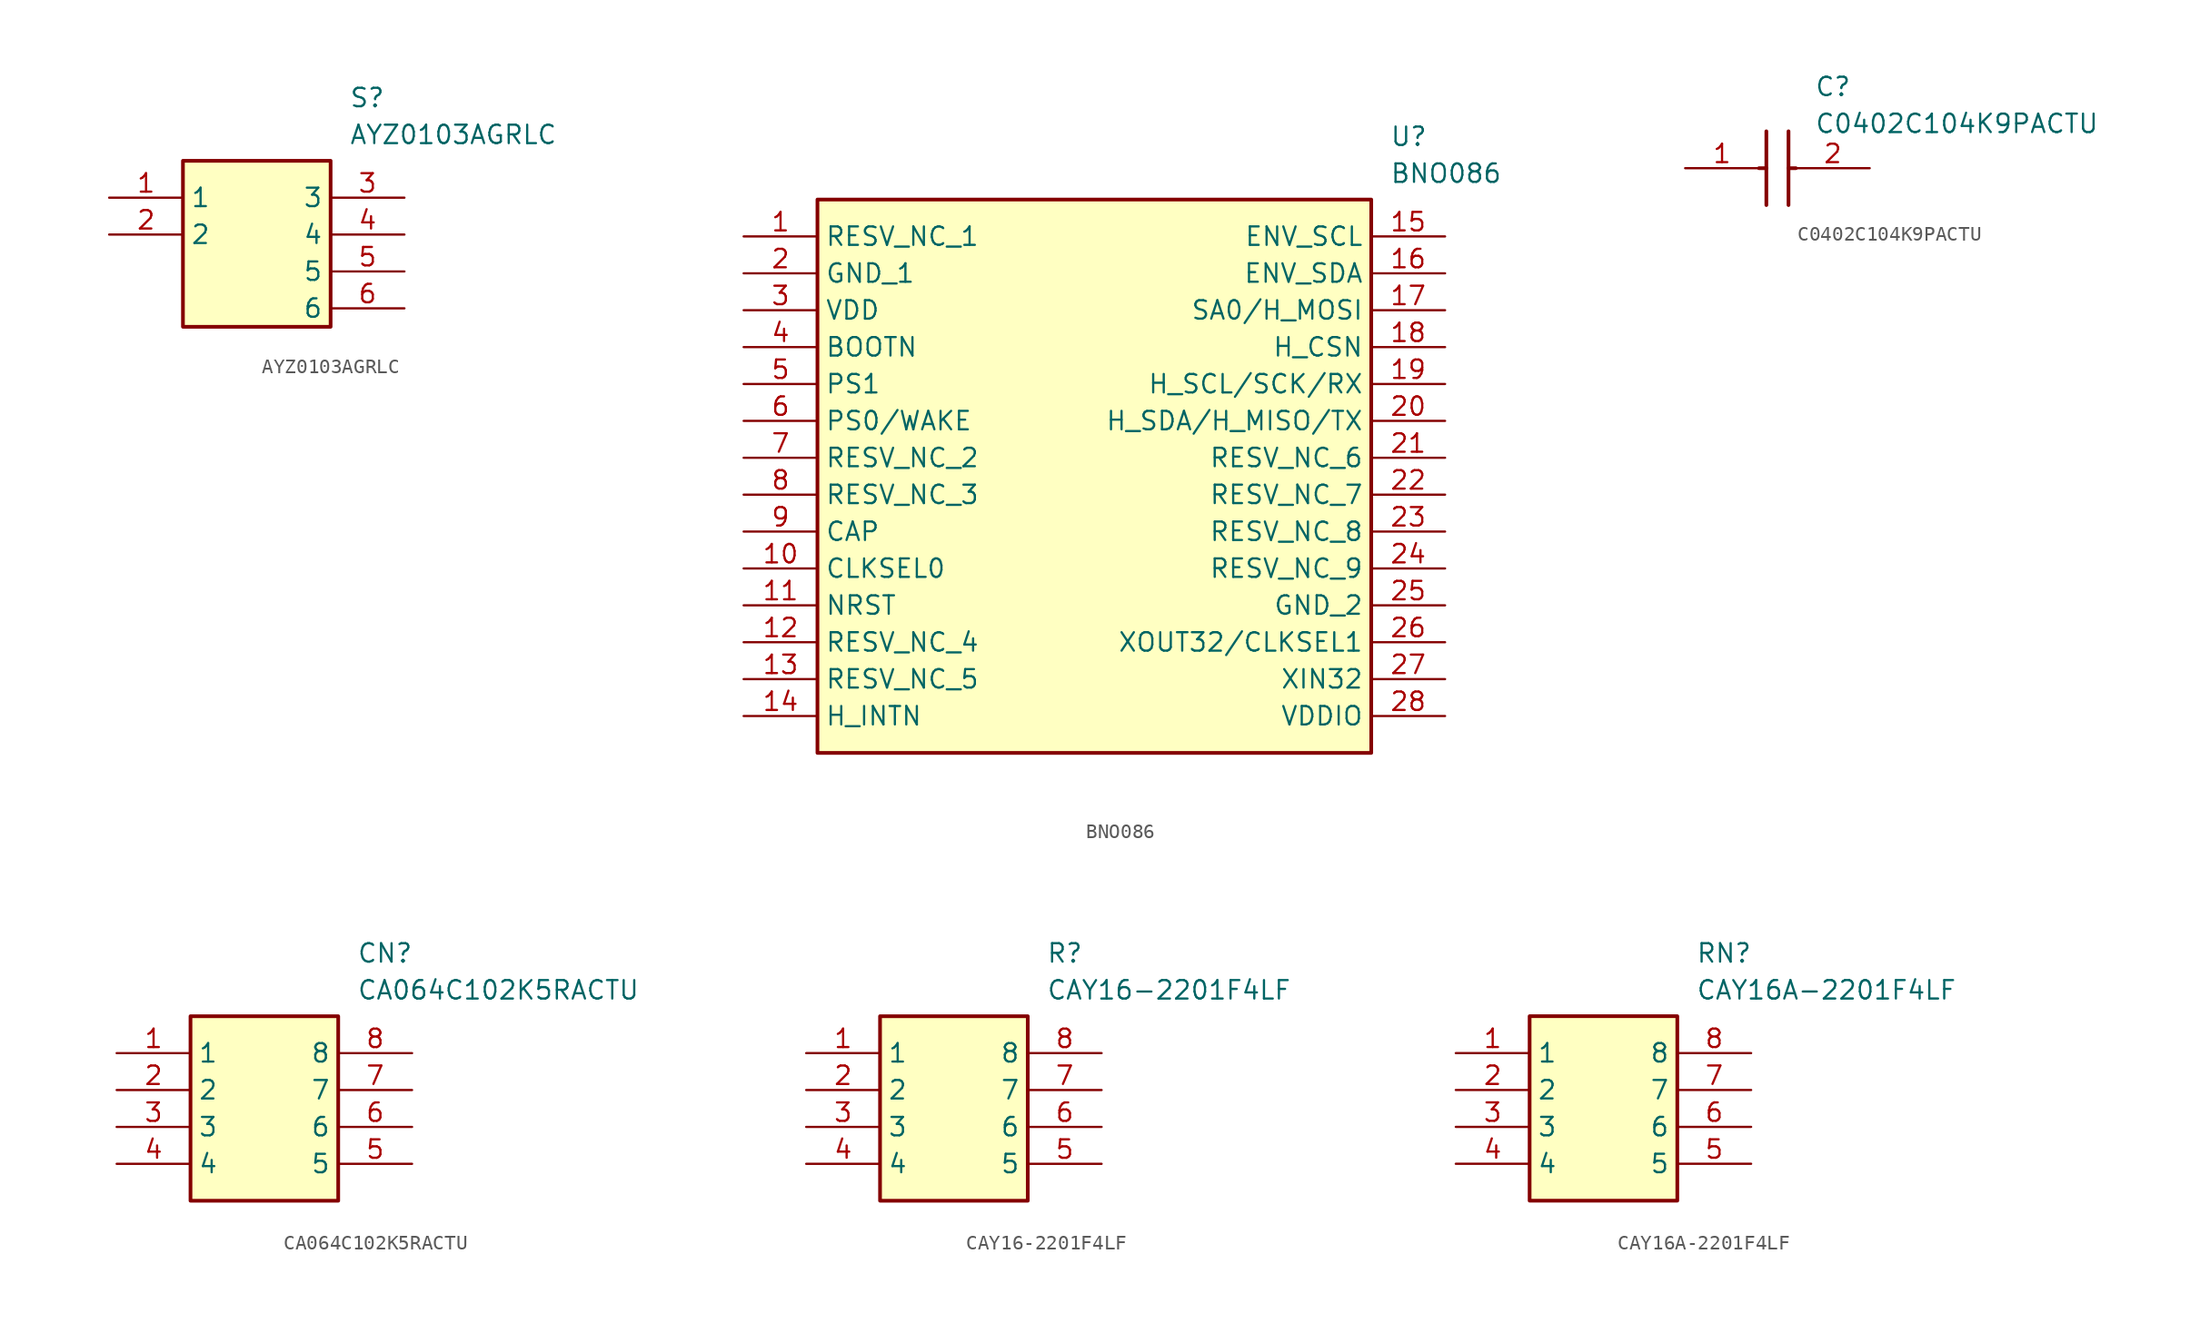
<source format=kicad_sym>
(kicad_symbol_lib
  (version 20220914)
  (generator kicad_symbol_editor)
  (symbol "AYZ0103AGRLC"
    (property "Reference" "S"
      (at 16.51 7.62 0)
      (effects (font (size 1.27 1.27)) (justify left top)))
    (property "Value" "AYZ0103AGRLC"
      (at 16.51 5.08 0)
      (effects (font (size 1.27 1.27)) (justify left top)))
    (symbol "AYZ0103AGRLC_1_1"
      (rectangle (start 5.08 2.54) (end 15.24 -8.89) (stroke (width 0.254) (type default)) (fill (type background)))
      (pin passive line (at 0 0 0) (length 5.08) (name "1" (effects (font (size 1.27 1.27)))) (number "1" (effects (font (size 1.27 1.27)))))
      (pin passive line (at 0 -2.54 0) (length 5.08) (name "2" (effects (font (size 1.27 1.27)))) (number "2" (effects (font (size 1.27 1.27)))))
      (pin passive line (at 20.32 0 180) (length 5.08) (name "3" (effects (font (size 1.27 1.27)))) (number "3" (effects (font (size 1.27 1.27)))))
      (pin passive line (at 20.32 -2.54 180) (length 5.08) (name "4" (effects (font (size 1.27 1.27)))) (number "4" (effects (font (size 1.27 1.27)))))
      (pin passive line (at 20.32 -5.08 180) (length 5.08) (name "5" (effects (font (size 1.27 1.27)))) (number "5" (effects (font (size 1.27 1.27)))))
      (pin passive line (at 20.32 -7.62 180) (length 5.08) (name "6" (effects (font (size 1.27 1.27)))) (number "6" (effects (font (size 1.27 1.27)))))))
  (symbol "BNO086"
    (property "Reference" "U"
      (at 44.45 7.62 0)
      (effects (font (size 1.27 1.27)) (justify left top)))
    (property "Value" "BNO086"
      (at 44.45 5.08 0)
      (effects (font (size 1.27 1.27)) (justify left top)))
    (symbol "BNO086_1_1"
      (rectangle (start 5.08 2.54) (end 43.18 -35.56) (stroke (width 0.254) (type default)) (fill (type background)))
      (pin passive line (at 0 0 0) (length 5.08) (name "RESV_NC_1" (effects (font (size 1.27 1.27)))) (number "1" (effects (font (size 1.27 1.27)))))
      (pin passive line (at 0 -22.86 0) (length 5.08) (name "CLKSEL0" (effects (font (size 1.27 1.27)))) (number "10" (effects (font (size 1.27 1.27)))))
      (pin passive line (at 0 -25.4 0) (length 5.08) (name "NRST" (effects (font (size 1.27 1.27)))) (number "11" (effects (font (size 1.27 1.27)))))
      (pin passive line (at 0 -27.94 0) (length 5.08) (name "RESV_NC_4" (effects (font (size 1.27 1.27)))) (number "12" (effects (font (size 1.27 1.27)))))
      (pin passive line (at 0 -30.48 0) (length 5.08) (name "RESV_NC_5" (effects (font (size 1.27 1.27)))) (number "13" (effects (font (size 1.27 1.27)))))
      (pin passive line (at 0 -33.02 0) (length 5.08) (name "H_INTN" (effects (font (size 1.27 1.27)))) (number "14" (effects (font (size 1.27 1.27)))))
      (pin passive line (at 48.26 0 180) (length 5.08) (name "ENV_SCL" (effects (font (size 1.27 1.27)))) (number "15" (effects (font (size 1.27 1.27)))))
      (pin passive line (at 48.26 -2.54 180) (length 5.08) (name "ENV_SDA" (effects (font (size 1.27 1.27)))) (number "16" (effects (font (size 1.27 1.27)))))
      (pin passive line (at 48.26 -5.08 180) (length 5.08) (name "SA0/H_MOSI" (effects (font (size 1.27 1.27)))) (number "17" (effects (font (size 1.27 1.27)))))
      (pin passive line (at 48.26 -7.62 180) (length 5.08) (name "H_CSN" (effects (font (size 1.27 1.27)))) (number "18" (effects (font (size 1.27 1.27)))))
      (pin passive line (at 48.26 -10.16 180) (length 5.08) (name "H_SCL/SCK/RX" (effects (font (size 1.27 1.27)))) (number "19" (effects (font (size 1.27 1.27)))))
      (pin passive line (at 0 -2.54 0) (length 5.08) (name "GND_1" (effects (font (size 1.27 1.27)))) (number "2" (effects (font (size 1.27 1.27)))))
      (pin passive line (at 48.26 -12.7 180) (length 5.08) (name "H_SDA/H_MISO/TX" (effects (font (size 1.27 1.27)))) (number "20" (effects (font (size 1.27 1.27)))))
      (pin passive line (at 48.26 -15.24 180) (length 5.08) (name "RESV_NC_6" (effects (font (size 1.27 1.27)))) (number "21" (effects (font (size 1.27 1.27)))))
      (pin passive line (at 48.26 -17.78 180) (length 5.08) (name "RESV_NC_7" (effects (font (size 1.27 1.27)))) (number "22" (effects (font (size 1.27 1.27)))))
      (pin passive line (at 48.26 -20.32 180) (length 5.08) (name "RESV_NC_8" (effects (font (size 1.27 1.27)))) (number "23" (effects (font (size 1.27 1.27)))))
      (pin passive line (at 48.26 -22.86 180) (length 5.08) (name "RESV_NC_9" (effects (font (size 1.27 1.27)))) (number "24" (effects (font (size 1.27 1.27)))))
      (pin passive line (at 48.26 -25.4 180) (length 5.08) (name "GND_2" (effects (font (size 1.27 1.27)))) (number "25" (effects (font (size 1.27 1.27)))))
      (pin passive line (at 48.26 -27.94 180) (length 5.08) (name "XOUT32/CLKSEL1" (effects (font (size 1.27 1.27)))) (number "26" (effects (font (size 1.27 1.27)))))
      (pin passive line (at 48.26 -30.48 180) (length 5.08) (name "XIN32" (effects (font (size 1.27 1.27)))) (number "27" (effects (font (size 1.27 1.27)))))
      (pin passive line (at 48.26 -33.02 180) (length 5.08) (name "VDDIO" (effects (font (size 1.27 1.27)))) (number "28" (effects (font (size 1.27 1.27)))))
      (pin passive line (at 0 -5.08 0) (length 5.08) (name "VDD" (effects (font (size 1.27 1.27)))) (number "3" (effects (font (size 1.27 1.27)))))
      (pin passive line (at 0 -7.62 0) (length 5.08) (name "BOOTN" (effects (font (size 1.27 1.27)))) (number "4" (effects (font (size 1.27 1.27)))))
      (pin passive line (at 0 -10.16 0) (length 5.08) (name "PS1" (effects (font (size 1.27 1.27)))) (number "5" (effects (font (size 1.27 1.27)))))
      (pin passive line (at 0 -12.7 0) (length 5.08) (name "PS0/WAKE" (effects (font (size 1.27 1.27)))) (number "6" (effects (font (size 1.27 1.27)))))
      (pin passive line (at 0 -15.24 0) (length 5.08) (name "RESV_NC_2" (effects (font (size 1.27 1.27)))) (number "7" (effects (font (size 1.27 1.27)))))
      (pin passive line (at 0 -17.78 0) (length 5.08) (name "RESV_NC_3" (effects (font (size 1.27 1.27)))) (number "8" (effects (font (size 1.27 1.27)))))
      (pin passive line (at 0 -20.32 0) (length 5.08) (name "CAP" (effects (font (size 1.27 1.27)))) (number "9" (effects (font (size 1.27 1.27)))))))
  (symbol "C0402C104K9PACTU"
    (pin_names hide)
    (property "Reference" "C"
      (at 8.89 6.35 0)
      (effects (font (size 1.27 1.27)) (justify left top)))
    (property "Value" "C0402C104K9PACTU"
      (at 8.89 3.81 0)
      (effects (font (size 1.27 1.27)) (justify left top)))
    (polyline
      (pts (xy 5.588 2.54) (xy 5.588 -2.54))
      (stroke (width 0.254) (type default))
      (fill (type none)))
    (polyline
      (pts (xy 7.112 2.54) (xy 7.112 -2.54))
      (stroke (width 0.254) (type default))
      (fill (type none)))
    (polyline
      (pts (xy 5.08 0) (xy 5.588 0))
      (stroke (width 0.254) (type default))
      (fill (type none)))
    (polyline
      (pts (xy 7.112 0) (xy 7.62 0))
      (stroke (width 0.254) (type default))
      (fill (type none)))
    (pin passive line
      (at 0 0 0)
      (length 5.08)
      (name "1" (effects (font (size 1.27 1.27))))
      (number "1" (effects (font (size 1.27 1.27)))))
    (pin passive line
      (at 12.7 0 180)
      (length 5.08)
      (name "2" (effects (font (size 1.27 1.27))))
      (number "2" (effects (font (size 1.27 1.27))))))
  (symbol "CA064C102K5RACTU"
    (property "Reference" "CN"
      (at 16.51 7.62 0)
      (effects (font (size 1.27 1.27)) (justify left top)))
    (property "Value" "CA064C102K5RACTU"
      (at 16.51 5.08 0)
      (effects (font (size 1.27 1.27)) (justify left top)))
    (symbol "CA064C102K5RACTU_1_1"
      (rectangle (start 5.08 2.54) (end 15.24 -10.16) (stroke (width 0.254) (type default)) (fill (type background)))
      (pin passive line (at 0 0 0) (length 5.08) (name "1" (effects (font (size 1.27 1.27)))) (number "1" (effects (font (size 1.27 1.27)))))
      (pin passive line (at 0 -2.54 0) (length 5.08) (name "2" (effects (font (size 1.27 1.27)))) (number "2" (effects (font (size 1.27 1.27)))))
      (pin passive line (at 0 -5.08 0) (length 5.08) (name "3" (effects (font (size 1.27 1.27)))) (number "3" (effects (font (size 1.27 1.27)))))
      (pin passive line (at 0 -7.62 0) (length 5.08) (name "4" (effects (font (size 1.27 1.27)))) (number "4" (effects (font (size 1.27 1.27)))))
      (pin passive line (at 20.32 -7.62 180) (length 5.08) (name "5" (effects (font (size 1.27 1.27)))) (number "5" (effects (font (size 1.27 1.27)))))
      (pin passive line (at 20.32 -5.08 180) (length 5.08) (name "6" (effects (font (size 1.27 1.27)))) (number "6" (effects (font (size 1.27 1.27)))))
      (pin passive line (at 20.32 -2.54 180) (length 5.08) (name "7" (effects (font (size 1.27 1.27)))) (number "7" (effects (font (size 1.27 1.27)))))
      (pin passive line (at 20.32 0 180) (length 5.08) (name "8" (effects (font (size 1.27 1.27)))) (number "8" (effects (font (size 1.27 1.27)))))))
  (symbol "CAY16-2201F4LF"
    (property "Reference" "R"
      (at 16.51 7.62 0)
      (effects (font (size 1.27 1.27)) (justify left top)))
    (property "Value" "CAY16-2201F4LF"
      (at 16.51 5.08 0)
      (effects (font (size 1.27 1.27)) (justify left top)))
    (symbol "CAY16-2201F4LF_1_1"
      (rectangle (start 5.08 2.54) (end 15.24 -10.16) (stroke (width 0.254) (type default)) (fill (type background)))
      (pin passive line (at 0 0 0) (length 5.08) (name "1" (effects (font (size 1.27 1.27)))) (number "1" (effects (font (size 1.27 1.27)))))
      (pin passive line (at 0 -2.54 0) (length 5.08) (name "2" (effects (font (size 1.27 1.27)))) (number "2" (effects (font (size 1.27 1.27)))))
      (pin passive line (at 0 -5.08 0) (length 5.08) (name "3" (effects (font (size 1.27 1.27)))) (number "3" (effects (font (size 1.27 1.27)))))
      (pin passive line (at 0 -7.62 0) (length 5.08) (name "4" (effects (font (size 1.27 1.27)))) (number "4" (effects (font (size 1.27 1.27)))))
      (pin passive line (at 20.32 -7.62 180) (length 5.08) (name "5" (effects (font (size 1.27 1.27)))) (number "5" (effects (font (size 1.27 1.27)))))
      (pin passive line (at 20.32 -5.08 180) (length 5.08) (name "6" (effects (font (size 1.27 1.27)))) (number "6" (effects (font (size 1.27 1.27)))))
      (pin passive line (at 20.32 -2.54 180) (length 5.08) (name "7" (effects (font (size 1.27 1.27)))) (number "7" (effects (font (size 1.27 1.27)))))
      (pin passive line (at 20.32 0 180) (length 5.08) (name "8" (effects (font (size 1.27 1.27)))) (number "8" (effects (font (size 1.27 1.27)))))))
  (symbol "CAY16A-2201F4LF"
    (property "Reference" "RN"
      (at 16.51 7.62 0)
      (effects (font (size 1.27 1.27)) (justify left top)))
    (property "Value" "CAY16A-2201F4LF"
      (at 16.51 5.08 0)
      (effects (font (size 1.27 1.27)) (justify left top)))
    (symbol "CAY16A-2201F4LF_1_1"
      (rectangle (start 5.08 2.54) (end 15.24 -10.16) (stroke (width 0.254) (type default)) (fill (type background)))
      (pin passive line (at 0 0 0) (length 5.08) (name "1" (effects (font (size 1.27 1.27)))) (number "1" (effects (font (size 1.27 1.27)))))
      (pin passive line (at 0 -2.54 0) (length 5.08) (name "2" (effects (font (size 1.27 1.27)))) (number "2" (effects (font (size 1.27 1.27)))))
      (pin passive line (at 0 -5.08 0) (length 5.08) (name "3" (effects (font (size 1.27 1.27)))) (number "3" (effects (font (size 1.27 1.27)))))
      (pin passive line (at 0 -7.62 0) (length 5.08) (name "4" (effects (font (size 1.27 1.27)))) (number "4" (effects (font (size 1.27 1.27)))))
      (pin passive line (at 20.32 -7.62 180) (length 5.08) (name "5" (effects (font (size 1.27 1.27)))) (number "5" (effects (font (size 1.27 1.27)))))
      (pin passive line (at 20.32 -5.08 180) (length 5.08) (name "6" (effects (font (size 1.27 1.27)))) (number "6" (effects (font (size 1.27 1.27)))))
      (pin passive line (at 20.32 -2.54 180) (length 5.08) (name "7" (effects (font (size 1.27 1.27)))) (number "7" (effects (font (size 1.27 1.27)))))
      (pin passive line (at 20.32 0 180) (length 5.08) (name "8" (effects (font (size 1.27 1.27)))) (number "8" (effects (font (size 1.27 1.27))))))))
</source>
